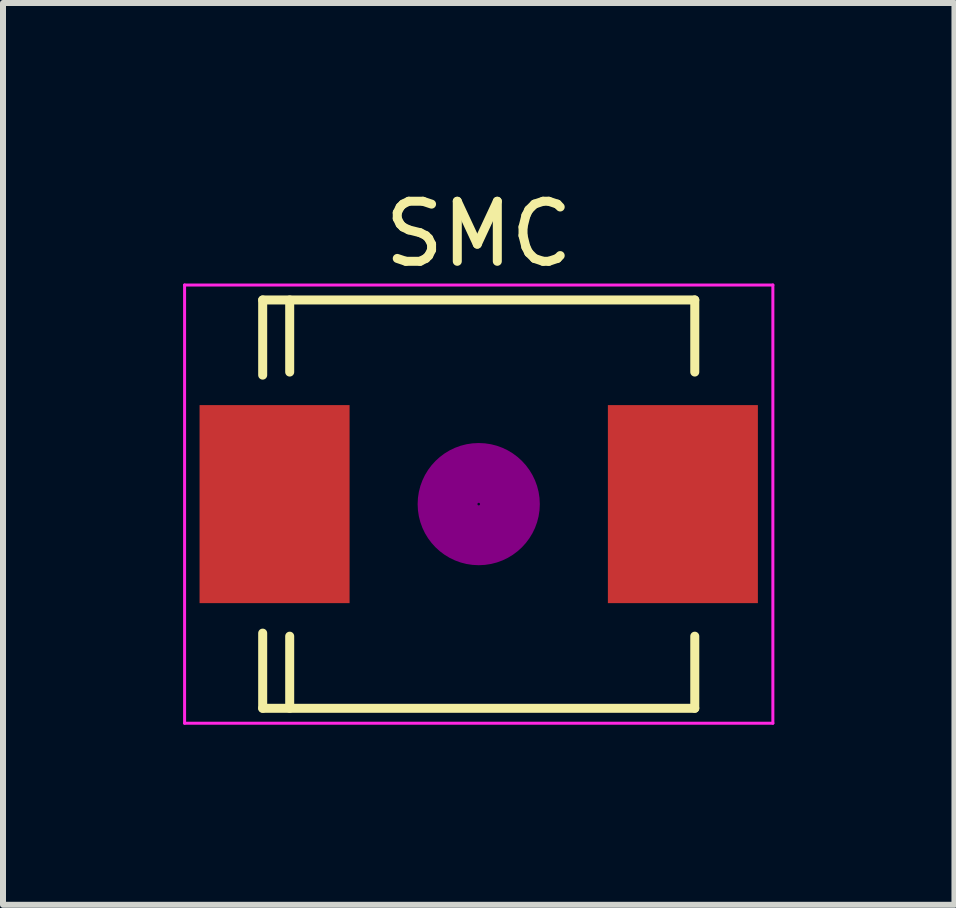
<source format=kicad_pcb>
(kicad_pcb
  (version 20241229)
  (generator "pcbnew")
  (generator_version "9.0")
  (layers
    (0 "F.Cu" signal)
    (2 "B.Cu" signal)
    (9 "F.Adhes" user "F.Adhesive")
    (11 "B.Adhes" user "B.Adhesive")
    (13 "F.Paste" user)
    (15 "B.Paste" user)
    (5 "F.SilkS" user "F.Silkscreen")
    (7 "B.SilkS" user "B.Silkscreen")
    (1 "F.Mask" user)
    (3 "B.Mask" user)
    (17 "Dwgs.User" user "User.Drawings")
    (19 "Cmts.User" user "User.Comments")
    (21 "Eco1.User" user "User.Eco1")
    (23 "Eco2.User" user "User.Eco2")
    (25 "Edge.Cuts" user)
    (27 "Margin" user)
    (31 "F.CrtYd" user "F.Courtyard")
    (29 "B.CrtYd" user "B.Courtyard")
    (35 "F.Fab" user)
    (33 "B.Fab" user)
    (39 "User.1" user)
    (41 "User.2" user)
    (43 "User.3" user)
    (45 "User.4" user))
  (footprint "SMC"
    (layer "F.Cu")
    (at 4.925 5.348)
    (property "Reference" "SMC" (at 0 -4.5 0) (layer "F.SilkS") (effects (font (size 1 1) (thickness 0.15))))
    (attr smd)
    (fp_line (start -3.599 -3.401) (end -3.599 -2.149) (stroke (width 0.15) (type solid)) (layer "F.SilkS"))
    (fp_line (start -3.599 -3.401) (end 3.599 -3.401) (stroke (width 0.15) (type solid)) (layer "F.SilkS"))
    (fp_line (start -3.599 3.401) (end -3.599 2.149) (stroke (width 0.15) (type solid)) (layer "F.SilkS"))
    (fp_line (start -3.599 3.401) (end 3.599 3.401) (stroke (width 0.15) (type solid)) (layer "F.SilkS"))
    (fp_line (start -3.149 -3.401) (end -3.149 -2.2) (stroke (width 0.15) (type solid)) (layer "F.SilkS"))
    (fp_line (start -3.149 3.401) (end -3.149 2.2) (stroke (width 0.15) (type solid)) (layer "F.SilkS"))
    (fp_line (start 3.599 -3.401) (end 3.599 -2.2) (stroke (width 0.15) (type solid)) (layer "F.SilkS"))
    (fp_line (start 3.599 3.401) (end 3.599 2.2) (stroke (width 0.15) (type solid)) (layer "F.SilkS"))
    (fp_circle (center 0 0) (end 0.15 0.15) (stroke (width 0.381) (type solid)) (fill no) (layer "F.Adhes"))
    (fp_circle (center 0 0) (end 0.45 0.201) (stroke (width 0.381) (type solid)) (fill no) (layer "F.Adhes"))
    (fp_circle (center 0 0) (end 0.749 0.351) (stroke (width 0.381) (type solid)) (fill no) (layer "F.Adhes"))
    (fp_line (start -4.9 -3.65) (end 4.9 -3.65) (stroke (width 0.05) (type solid)) (layer "F.CrtYd"))
    (fp_line (start -4.9 3.65) (end -4.9 -3.65) (stroke (width 0.05) (type solid)) (layer "F.CrtYd"))
    (fp_line (start 4.9 -3.65) (end 4.9 3.65) (stroke (width 0.05) (type solid)) (layer "F.CrtYd"))
    (fp_line (start 4.9 3.65) (end -4.9 3.65) (stroke (width 0.05) (type solid)) (layer "F.CrtYd"))
    (pad "1" smd rect (at -3.401 0 90) (size 3.299 2.499) (layers "F.Cu" "F.Mask" "F.Paste"))
    (pad "2" smd rect (at 3.401 0 90) (size 3.299 2.499) (layers "F.Cu" "F.Mask" "F.Paste")))
  (gr_rect
    (start -3 -3)
    (end 12.85 12.023)
    (stroke (width 0.1) (type default))
    (fill no)
    (layer "Edge.Cuts")))
</source>
